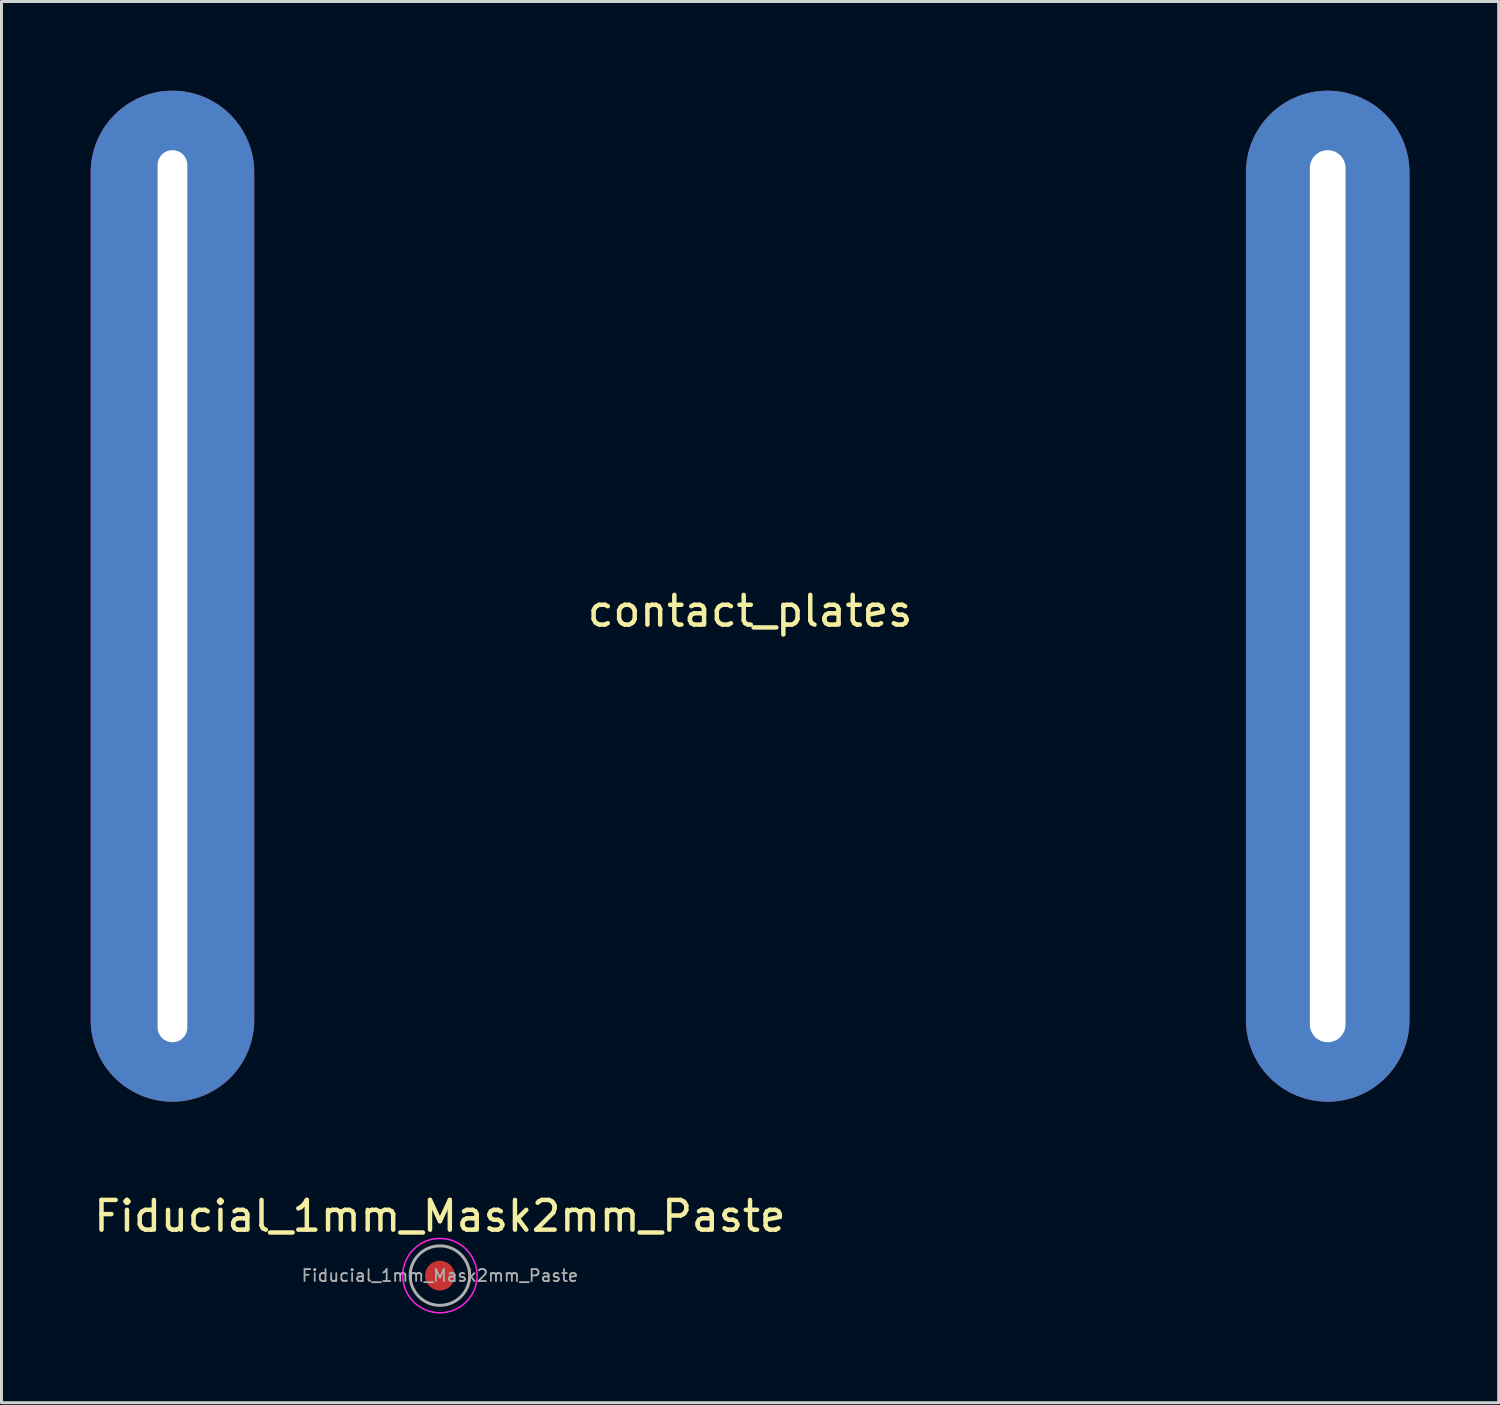
<source format=kicad_pcb>
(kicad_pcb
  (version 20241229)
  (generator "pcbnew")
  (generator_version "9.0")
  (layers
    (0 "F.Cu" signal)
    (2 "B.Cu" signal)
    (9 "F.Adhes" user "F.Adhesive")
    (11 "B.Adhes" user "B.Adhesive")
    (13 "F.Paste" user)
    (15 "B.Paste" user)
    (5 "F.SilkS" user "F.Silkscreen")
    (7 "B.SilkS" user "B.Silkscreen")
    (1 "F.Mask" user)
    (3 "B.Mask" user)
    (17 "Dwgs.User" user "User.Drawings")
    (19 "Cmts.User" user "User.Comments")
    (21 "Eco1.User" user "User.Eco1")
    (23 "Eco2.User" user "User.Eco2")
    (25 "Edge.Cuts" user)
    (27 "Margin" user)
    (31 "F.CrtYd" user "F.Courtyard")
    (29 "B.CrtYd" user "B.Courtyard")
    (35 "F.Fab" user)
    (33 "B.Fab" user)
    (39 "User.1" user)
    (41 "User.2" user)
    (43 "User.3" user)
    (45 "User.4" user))
  (footprint "Fiducial_1mm_Mask2mm_Paste"
    (layer "F.Cu")
    (at 11.744 39.848)
    (property "Reference" "Fiducial_1mm_Mask2mm_Paste" (at 0 -2 0) (layer "F.SilkS") (effects (font (size 1 1) (thickness 0.15))))
    (attr smd)
    (fp_circle (center 0 0) (end 1.25 0) (stroke (width 0.05) (type solid)) (fill no) (layer "F.CrtYd"))
    (fp_circle (center 0 0) (end 1 0) (stroke (width 0.1) (type solid)) (fill no) (layer "F.Fab"))
    (fp_text user "${REFERENCE}" (at 0 0 0) (layer "F.Fab") (effects (font (size 0.4 0.4) (thickness 0.06))))
    (pad "" smd circle (at 0 0) (size 1 1) (layers "F.Cu" "F.Mask" "F.Paste")))
  (footprint "contact_plates"
    (layer "F.Cu")
    (at 22.175 17)
    (property "Reference" "contact_plates" (at 0 0.5 0) (layer "F.SilkS") (effects (font (size 1 1) (thickness 0.15))))
    (attr through_hole)
    (pad "1" thru_hole oval (at 19.425 0) (size 5.5 34) (drill oval 1.2 30) (layers "*.Cu" "*.Mask"))
    (pad "2" thru_hole oval (at -19.425 0) (size 5.5 34) (drill oval 1 30) (layers "*.Cu" "*.Mask")))
  (gr_rect
    (start -3 -3)
    (end 47.35 44.123)
    (stroke (width 0.1) (type default))
    (fill no)
    (layer "Edge.Cuts")))
</source>
